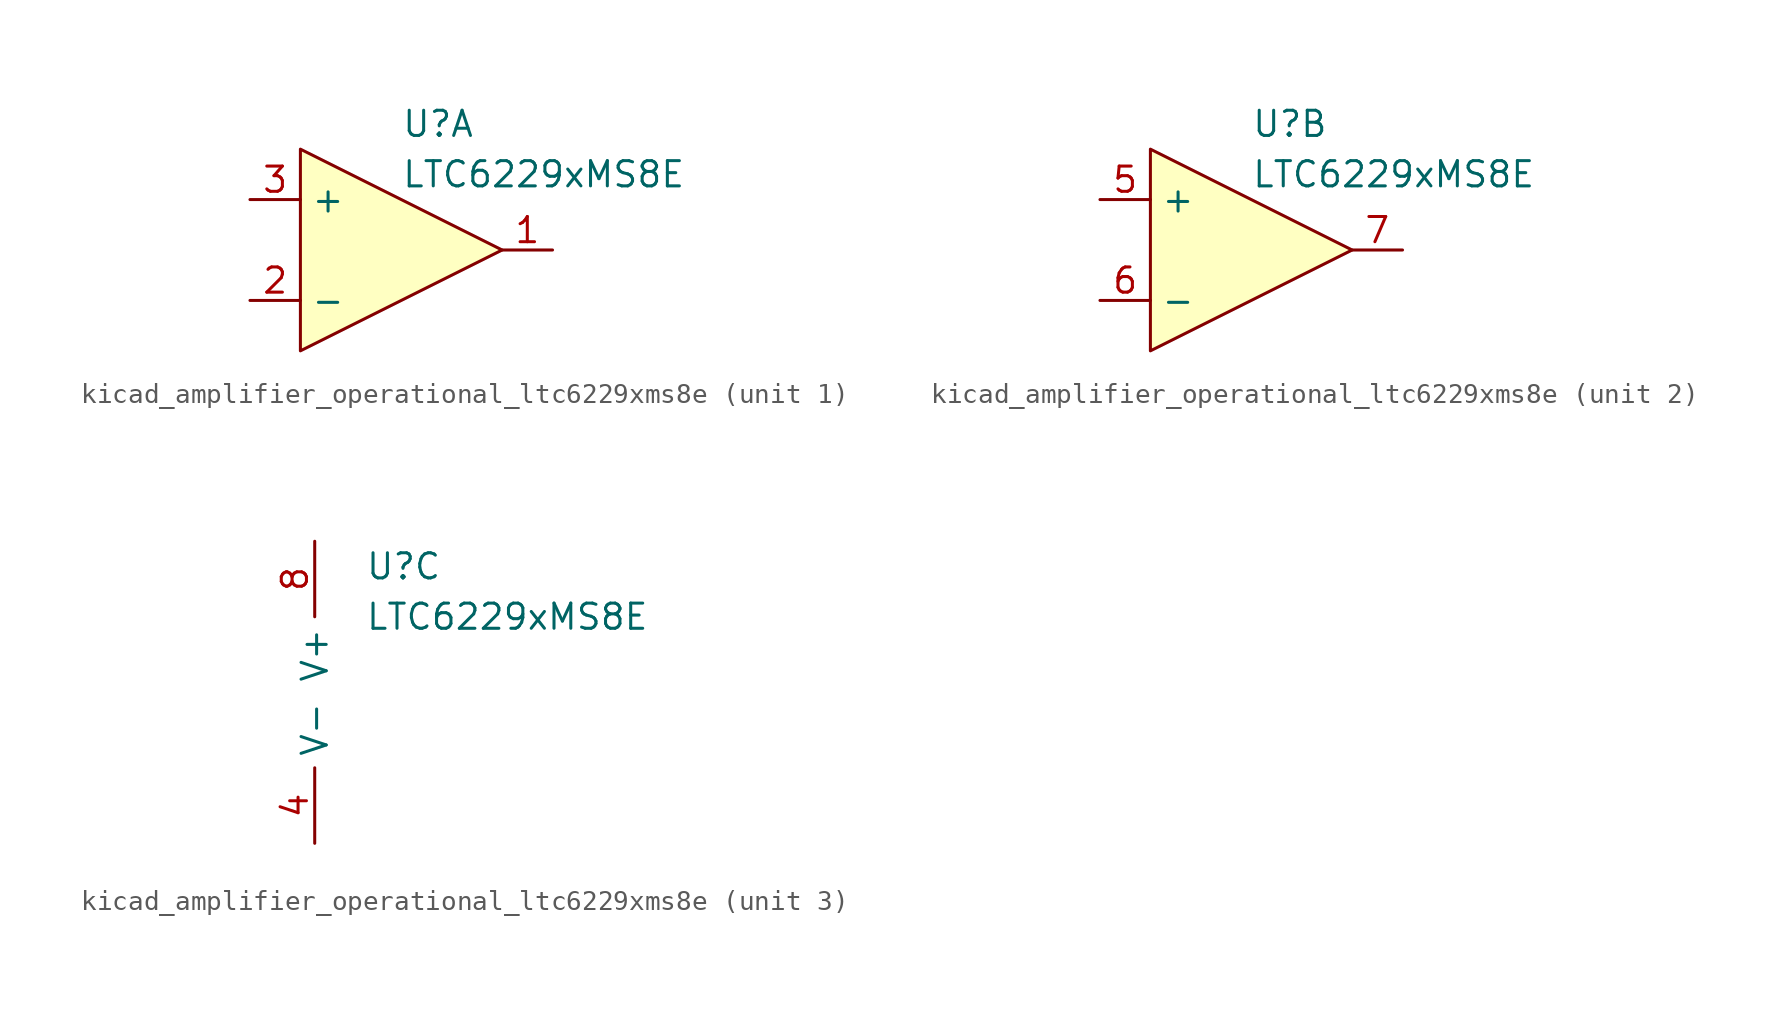
<source format=kicad_sym>
(kicad_symbol_lib
  (version 20220914)
  (generator kicad_symbol_editor)
  (symbol "kicad_amplifier_operational_ltc6229xms8e"
    (property "Reference" "U"
      (at 0 6.35 0)
      (effects (font (size 1.27 1.27)) (justify left)))
    (property "Value" "LTC6229xMS8E"
      (at 0 3.81 0)
      (effects (font (size 1.27 1.27)) (justify left)))
    (symbol "kicad_amplifier_operational_ltc6229xms8e_1_1"
      (polyline (pts (xy -5.08 5.08) (xy 5.08 0) (xy -5.08 -5.08) (xy -5.08 5.08)) (stroke (width 0) (type default)) (fill (type background)))
      (pin output line (at 7.62 0 180) (length 2.54) (name "~" (effects (font (size 1.27 1.27)))) (number "1" (effects (font (size 1.27 1.27)))))
      (pin input line (at -7.62 -2.54 0) (length 2.54) (name "-" (effects (font (size 1.27 1.27)))) (number "2" (effects (font (size 1.27 1.27)))))
      (pin input line (at -7.62 2.54 0) (length 2.54) (name "+" (effects (font (size 1.27 1.27)))) (number "3" (effects (font (size 1.27 1.27))))))
    (symbol "kicad_amplifier_operational_ltc6229xms8e_2_1"
      (polyline (pts (xy -5.08 5.08) (xy 5.08 0) (xy -5.08 -5.08) (xy -5.08 5.08)) (stroke (width 0) (type default)) (fill (type background)))
      (pin input line (at -7.62 2.54 0) (length 2.54) (name "+" (effects (font (size 1.27 1.27)))) (number "5" (effects (font (size 1.27 1.27)))))
      (pin input line (at -7.62 -2.54 0) (length 2.54) (name "-" (effects (font (size 1.27 1.27)))) (number "6" (effects (font (size 1.27 1.27)))))
      (pin output line (at 7.62 0 180) (length 2.54) (name "~" (effects (font (size 1.27 1.27)))) (number "7" (effects (font (size 1.27 1.27))))))
    (symbol "kicad_amplifier_operational_ltc6229xms8e_3_1"
      (pin power_in line (at -2.54 -7.62 90) (length 3.81) (name "V-" (effects (font (size 1.27 1.27)))) (number "4" (effects (font (size 1.27 1.27)))))
      (pin power_in line (at -2.54 7.62 270) (length 3.81) (name "V+" (effects (font (size 1.27 1.27)))) (number "8" (effects (font (size 1.27 1.27)))))
      (pin passive line (at -2.54 -7.62 90) (length 3.81) hide (name "V-" (effects (font (size 1.27 1.27)))) (number "9" (effects (font (size 1.27 1.27))))))))
</source>
